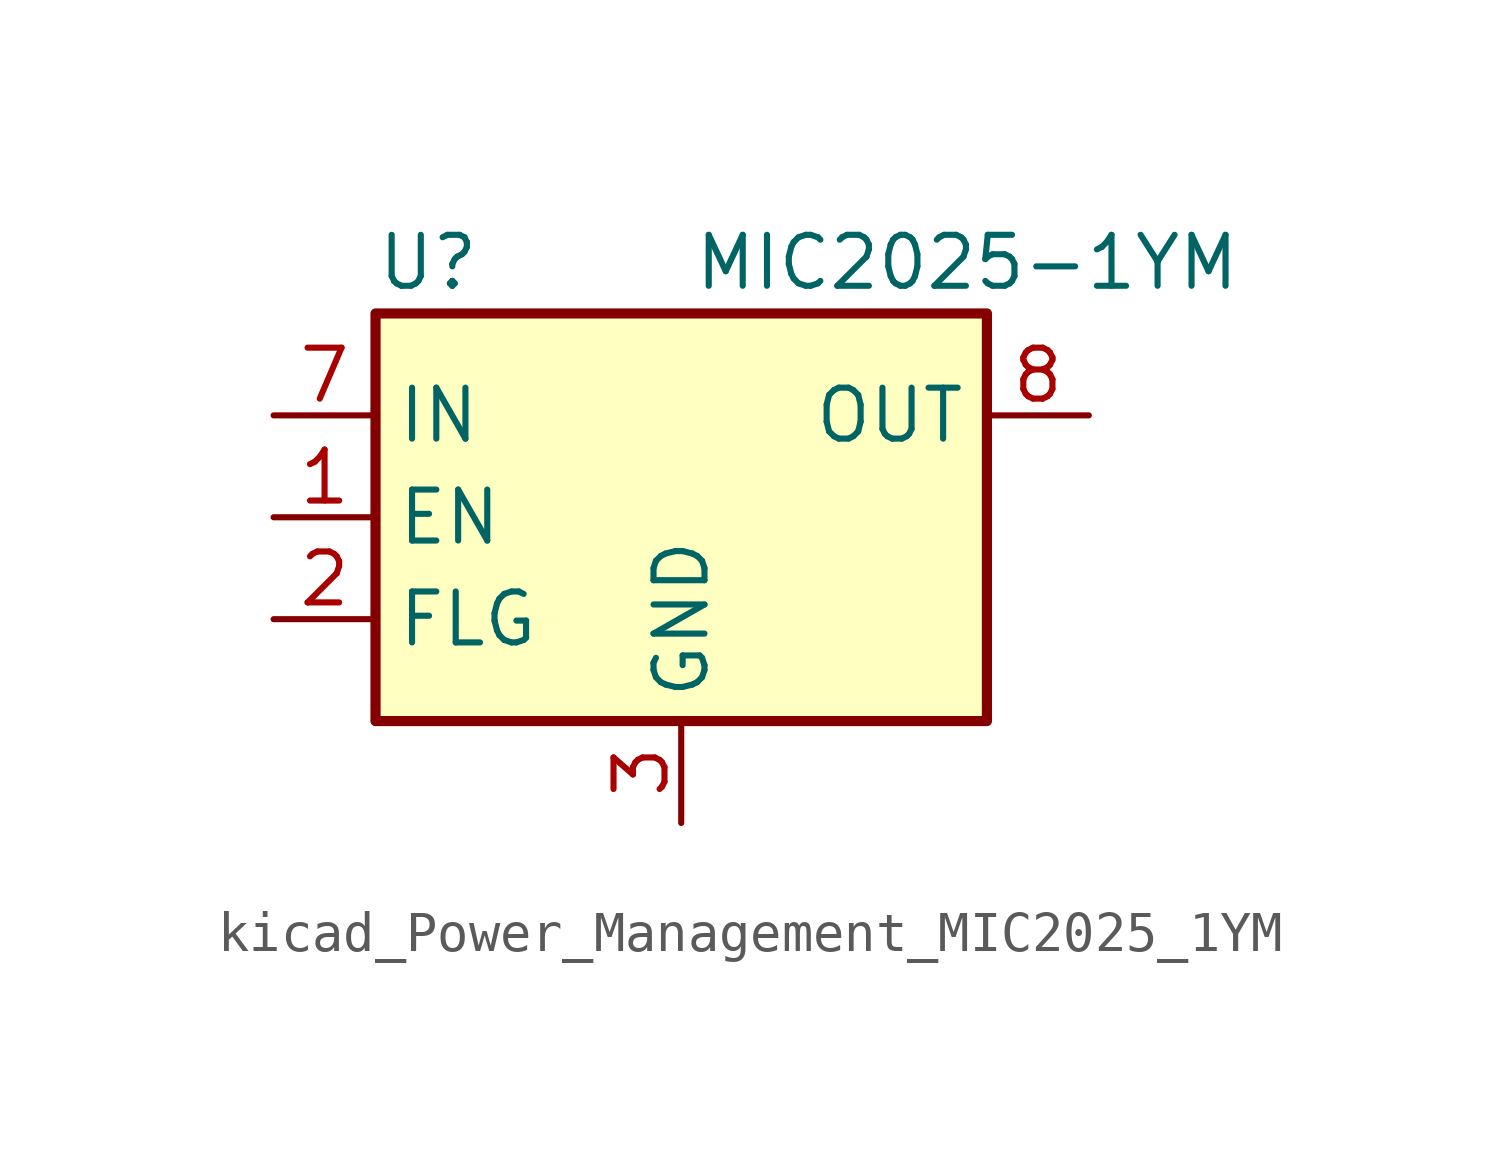
<source format=kicad_sym>
(kicad_symbol_lib
  (version 20220914)
  (generator kicad_symbol_editor)
  (symbol "kicad_Power_Management_MIC2025_1YM"
    (property "Reference" "U"
      (at -7.62 6.35 0)
      (effects (font (size 1.27 1.27)) (justify left)))
    (property "Value" "MIC2025-1YM"
      (at 13.97 6.35 0)
      (effects (font (size 1.27 1.27)) (justify right)))
    (symbol "kicad_Power_Management_MIC2025_1YM_0_1"
      (rectangle (start -7.62 5.08) (end 7.62 -5.08) (stroke (width 0.254) (type default)) (fill (type background))))
    (symbol "kicad_Power_Management_MIC2025_1YM_1_1"
      (pin input line (at -10.16 0 0) (length 2.54) (name "EN" (effects (font (size 1.27 1.27)))) (number "1" (effects (font (size 1.27 1.27)))))
      (pin open_collector line (at -10.16 -2.54 0) (length 2.54) (name "FLG" (effects (font (size 1.27 1.27)))) (number "2" (effects (font (size 1.27 1.27)))))
      (pin power_in line (at 0 -7.62 90) (length 2.54) (name "GND" (effects (font (size 1.27 1.27)))) (number "3" (effects (font (size 1.27 1.27)))))
      (pin no_connect line (at 7.62 0 180) (length 2.54) hide (name "NC" (effects (font (size 1.27 1.27)))) (number "4" (effects (font (size 1.27 1.27)))))
      (pin no_connect line (at 7.62 -2.54 180) (length 2.54) hide (name "NC" (effects (font (size 1.27 1.27)))) (number "5" (effects (font (size 1.27 1.27)))))
      (pin passive line (at 10.16 2.54 180) (length 2.54) hide (name "OUT" (effects (font (size 1.27 1.27)))) (number "6" (effects (font (size 1.27 1.27)))))
      (pin power_in line (at -10.16 2.54 0) (length 2.54) (name "IN" (effects (font (size 1.27 1.27)))) (number "7" (effects (font (size 1.27 1.27)))))
      (pin power_out line (at 10.16 2.54 180) (length 2.54) (name "OUT" (effects (font (size 1.27 1.27)))) (number "8" (effects (font (size 1.27 1.27))))))))
</source>
